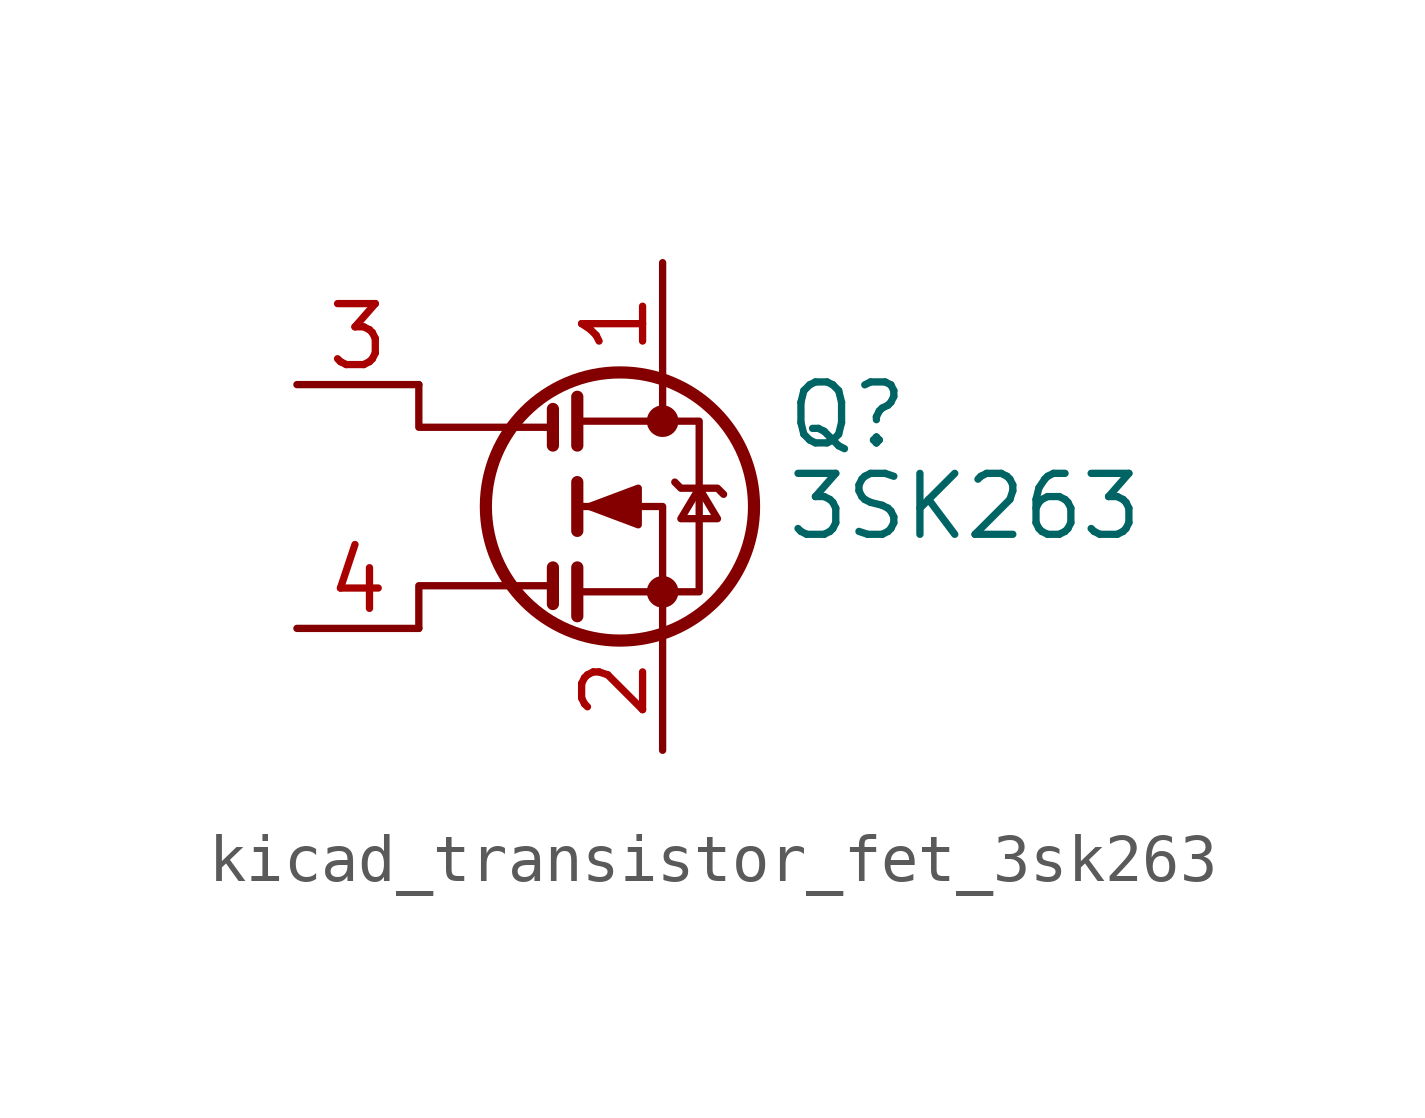
<source format=kicad_sym>
(kicad_symbol_lib
  (version 20220914)
  (generator kicad_symbol_editor)
  (symbol "kicad_transistor_fet_3sk263"
    (pin_names hide)
    (property "Reference" "Q"
      (at 5.08 1.905 0)
      (effects (font (size 1.27 1.27)) (justify left)))
    (property "Value" "3SK263"
      (at 5.08 0 0)
      (effects (font (size 1.27 1.27)) (justify left)))
    (symbol "kicad_transistor_fet_3sk263_0_1"
      (polyline (pts (xy 0.254 -2.032) (xy 0.254 -1.27)) (stroke (width 0.254) (type default)) (fill (type none)))
      (polyline (pts (xy 0.254 2.032) (xy 0.254 1.27)) (stroke (width 0.254) (type default)) (fill (type none)))
      (polyline (pts (xy 0.762 -1.27) (xy 0.762 -2.286)) (stroke (width 0.254) (type default)) (fill (type none)))
      (polyline (pts (xy 0.762 0.508) (xy 0.762 -0.508)) (stroke (width 0.254) (type default)) (fill (type none)))
      (polyline (pts (xy 0.762 2.286) (xy 0.762 1.27)) (stroke (width 0.254) (type default)) (fill (type none)))
      (polyline (pts (xy 2.54 2.54) (xy 2.54 1.778)) (stroke (width 0) (type default)) (fill (type none)))
      (polyline (pts (xy 0.254 -1.651) (xy -2.54 -1.651) (xy -2.54 -2.54)) (stroke (width 0) (type default)) (fill (type none)))
      (polyline (pts (xy 0.254 1.651) (xy -2.54 1.651) (xy -2.54 2.54)) (stroke (width 0) (type default)) (fill (type none)))
      (polyline (pts (xy 2.54 -2.54) (xy 2.54 0) (xy 0.762 0)) (stroke (width 0) (type default)) (fill (type none)))
      (polyline (pts (xy 0.762 -1.778) (xy 3.302 -1.778) (xy 3.302 1.778) (xy 0.762 1.778)) (stroke (width 0) (type default)) (fill (type none)))
      (polyline (pts (xy 1.016 0) (xy 2.032 0.381) (xy 2.032 -0.381) (xy 1.016 0)) (stroke (width 0) (type default)) (fill (type outline)))
      (polyline (pts (xy 2.794 0.508) (xy 2.921 0.381) (xy 3.683 0.381) (xy 3.81 0.254)) (stroke (width 0) (type default)) (fill (type none)))
      (polyline (pts (xy 3.302 0.381) (xy 2.921 -0.254) (xy 3.683 -0.254) (xy 3.302 0.381)) (stroke (width 0) (type default)) (fill (type none)))
      (circle (center 1.651 0) (radius 2.794) (stroke (width 0.254) (type default)) (fill (type none)))
      (circle (center 2.54 -1.778) (radius 0.254) (stroke (width 0) (type default)) (fill (type outline)))
      (circle (center 2.54 1.778) (radius 0.254) (stroke (width 0) (type default)) (fill (type outline))))
    (symbol "kicad_transistor_fet_3sk263_1_1"
      (pin passive line (at 2.54 5.08 270) (length 2.54) (name "D" (effects (font (size 1.27 1.27)))) (number "1" (effects (font (size 1.27 1.27)))))
      (pin passive line (at 2.54 -5.08 90) (length 2.54) (name "S" (effects (font (size 1.27 1.27)))) (number "2" (effects (font (size 1.27 1.27)))))
      (pin passive line (at -5.08 2.54 0) (length 2.54) (name "G1" (effects (font (size 1.27 1.27)))) (number "3" (effects (font (size 1.27 1.27)))))
      (pin passive line (at -5.08 -2.54 0) (length 2.54) (name "G2" (effects (font (size 1.27 1.27)))) (number "4" (effects (font (size 1.27 1.27))))))))
</source>
